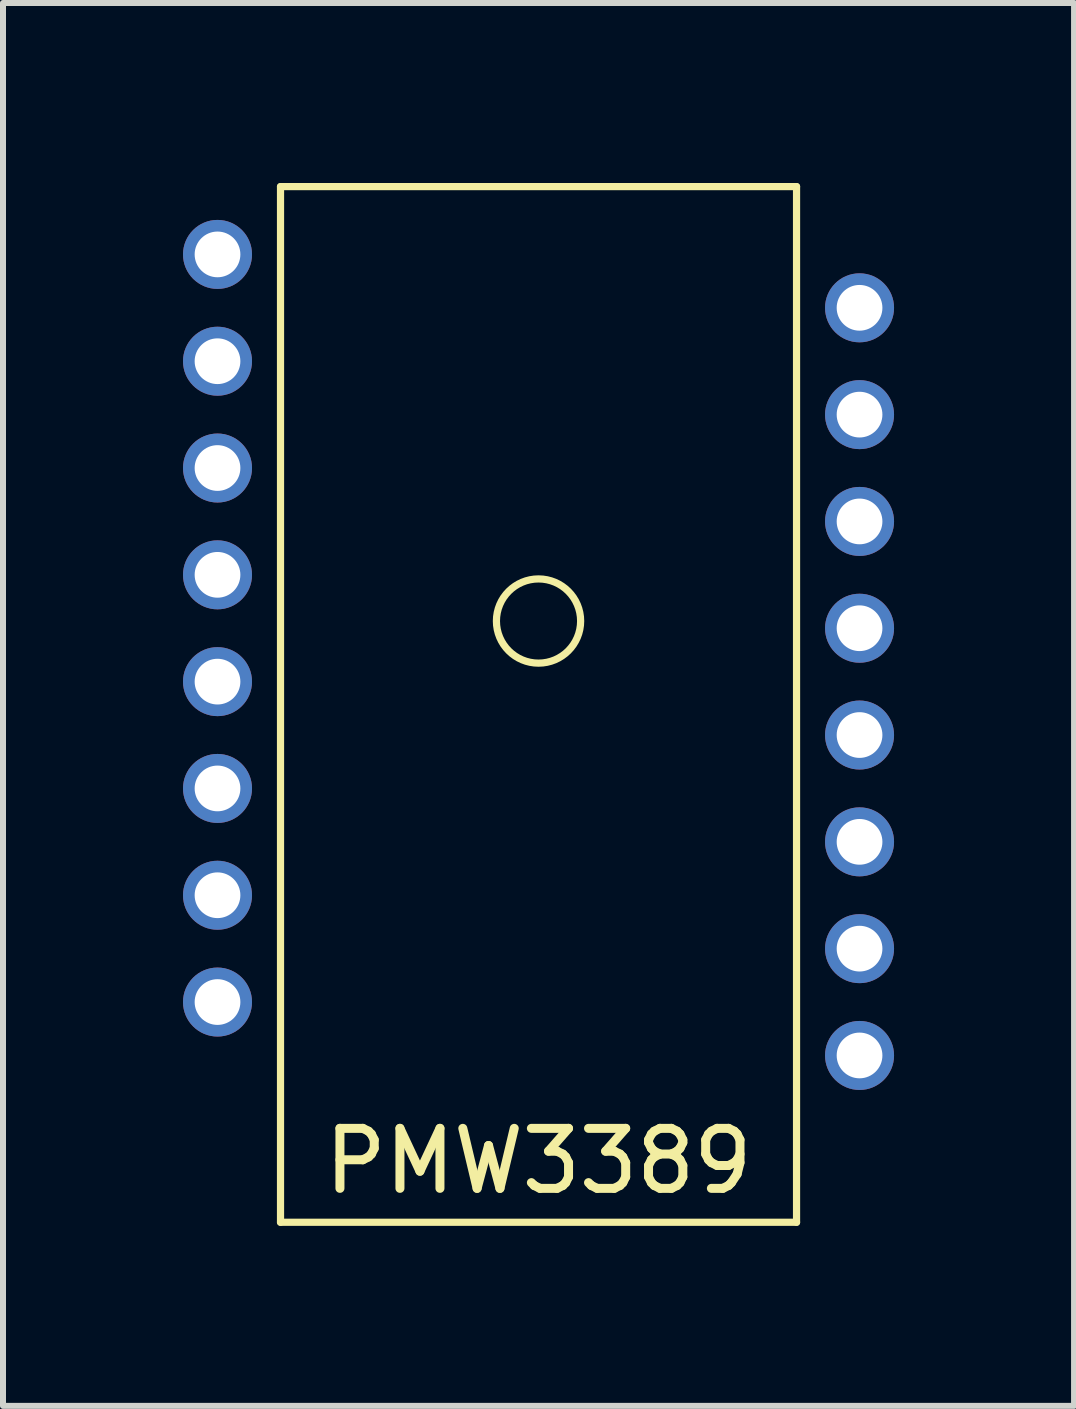
<source format=kicad_pcb>
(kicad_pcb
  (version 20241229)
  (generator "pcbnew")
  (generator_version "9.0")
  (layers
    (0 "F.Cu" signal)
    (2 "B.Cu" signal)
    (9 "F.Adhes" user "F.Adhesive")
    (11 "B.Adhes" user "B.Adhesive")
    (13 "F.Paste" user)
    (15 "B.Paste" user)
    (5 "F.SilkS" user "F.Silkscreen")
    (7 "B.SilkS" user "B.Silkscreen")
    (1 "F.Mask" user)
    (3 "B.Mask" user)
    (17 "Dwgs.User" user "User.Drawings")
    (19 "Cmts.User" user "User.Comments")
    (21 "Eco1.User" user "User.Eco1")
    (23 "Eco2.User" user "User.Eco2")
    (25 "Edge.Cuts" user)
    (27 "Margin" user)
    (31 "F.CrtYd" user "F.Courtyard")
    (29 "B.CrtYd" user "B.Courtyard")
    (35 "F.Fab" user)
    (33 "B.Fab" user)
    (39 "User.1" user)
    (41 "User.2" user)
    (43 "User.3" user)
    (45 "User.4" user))
  (footprint "PMW3389"
    (layer "F.Cu")
    (at 5.925 7.3)
    (property "Reference" "PMW3389" (at 0 9 0) (layer "F.SilkS") (effects (font (size 1 1) (thickness 0.15))))
    (attr through_hole)
    (fp_line (start -4.3 -7.24) (end -4.3 10.02) (stroke (width 0.12) (type solid)) (layer "F.SilkS"))
    (fp_line (start -4.3 -7.24) (end 4.3 -7.24) (stroke (width 0.12) (type solid)) (layer "F.SilkS"))
    (fp_line (start -4.3 10.02) (end 4.3 10.02) (stroke (width 0.12) (type solid)) (layer "F.SilkS"))
    (fp_line (start 4.3 -7.24) (end 4.3 10.02) (stroke (width 0.12) (type solid)) (layer "F.SilkS"))
    (fp_circle (center 0 0) (end 0.7 -0.05) (stroke (width 0.12) (type solid)) (fill no) (layer "F.SilkS"))
    (pad "1" thru_hole circle (at 5.35 7.24) (size 1.15 1.15) (drill 0.762) (layers "*.Cu" "*.Mask"))
    (pad "2" thru_hole circle (at 5.35 5.46) (size 1.15 1.15) (drill 0.762) (layers "*.Cu" "*.Mask"))
    (pad "3" thru_hole circle (at 5.35 3.68) (size 1.15 1.15) (drill 0.762) (layers "*.Cu" "*.Mask"))
    (pad "4" thru_hole circle (at 5.35 1.9) (size 1.15 1.15) (drill 0.762) (layers "*.Cu" "*.Mask"))
    (pad "5" thru_hole circle (at 5.35 0.12) (size 1.15 1.15) (drill 0.762) (layers "*.Cu" "*.Mask"))
    (pad "6" thru_hole circle (at 5.35 -1.66) (size 1.15 1.15) (drill 0.762) (layers "*.Cu" "*.Mask"))
    (pad "7" thru_hole circle (at 5.35 -3.44) (size 1.15 1.15) (drill 0.762) (layers "*.Cu" "*.Mask"))
    (pad "8" thru_hole circle (at 5.35 -5.22) (size 1.15 1.15) (drill 0.762) (layers "*.Cu" "*.Mask"))
    (pad "9" thru_hole circle (at -5.35 -6.11) (size 1.15 1.15) (drill 0.762) (layers "*.Cu" "*.Mask"))
    (pad "10" thru_hole circle (at -5.35 -4.33) (size 1.15 1.15) (drill 0.762) (layers "*.Cu" "*.Mask"))
    (pad "11" thru_hole circle (at -5.35 -2.55) (size 1.15 1.15) (drill 0.762) (layers "*.Cu" "*.Mask"))
    (pad "12" thru_hole circle (at -5.35 -0.77) (size 1.15 1.15) (drill 0.762) (layers "*.Cu" "*.Mask"))
    (pad "13" thru_hole circle (at -5.35 1.01) (size 1.15 1.15) (drill 0.762) (layers "*.Cu" "*.Mask"))
    (pad "14" thru_hole circle (at -5.35 2.79) (size 1.15 1.15) (drill 0.762) (layers "*.Cu" "*.Mask"))
    (pad "15" thru_hole circle (at -5.35 4.57) (size 1.15 1.15) (drill 0.762) (layers "*.Cu" "*.Mask"))
    (pad "16" thru_hole circle (at -5.35 6.35) (size 1.15 1.15) (drill 0.762) (layers "*.Cu" "*.Mask")))
  (gr_rect
    (start -3 -3)
    (end 14.85 20.38)
    (stroke (width 0.1) (type default))
    (fill no)
    (layer "Edge.Cuts")))
</source>
